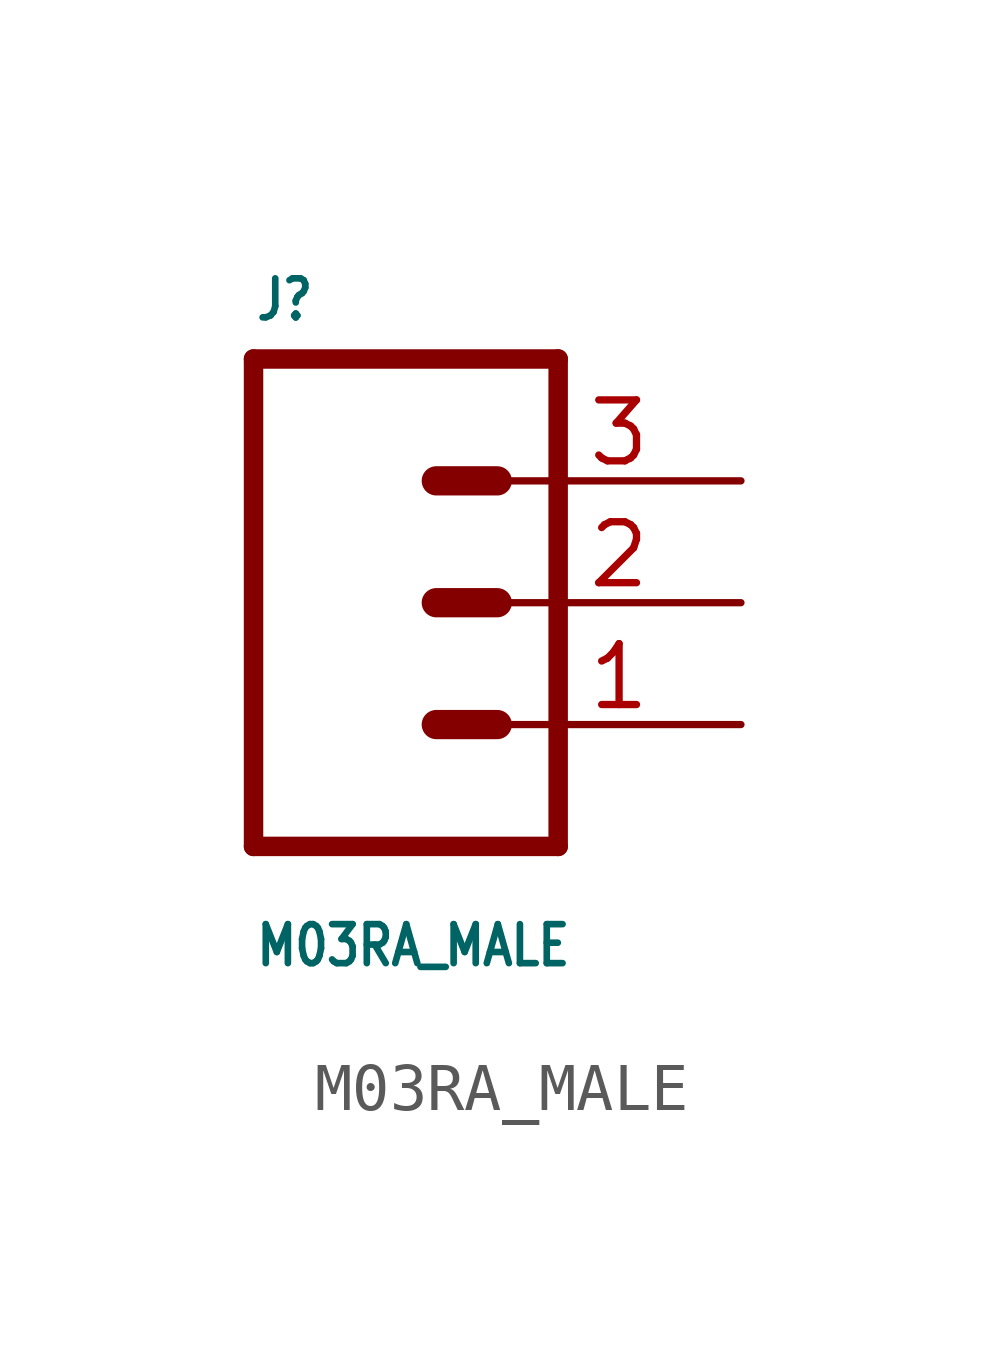
<source format=kicad_sym>
(kicad_symbol_lib
  (version 20211014)
  (generator kicad_symbol_editor)
  (symbol "M03RA_MALE"
    (property "Reference" "J"
      (at -2.54 5.842 0)
      (effects (font (size 0.813 0.691) bold) (justify left bottom)))
    (property "Value" "M03RA_MALE"
      (at -2.54 -7.62 0)
      (effects (font (size 0.813 0.691) bold) (justify left bottom)))
    (property "ki_locked" ""
      (at 0 0 0)
      (effects (font (size 1.27 1.27))))
    (symbol "M03RA_MALE_1_0"
      (polyline (pts (xy -2.54 5.08) (xy -2.54 -5.08)) (stroke (width 0.406) (type default) (color 0 0 0 0)) (fill (type none)))
      (polyline (pts (xy -2.54 5.08) (xy 3.81 5.08)) (stroke (width 0.406) (type default) (color 0 0 0 0)) (fill (type none)))
      (polyline (pts (xy 1.27 -2.54) (xy 2.54 -2.54)) (stroke (width 0.61) (type default) (color 0 0 0 0)) (fill (type none)))
      (polyline (pts (xy 1.27 0) (xy 2.54 0)) (stroke (width 0.61) (type default) (color 0 0 0 0)) (fill (type none)))
      (polyline (pts (xy 1.27 2.54) (xy 2.54 2.54)) (stroke (width 0.61) (type default) (color 0 0 0 0)) (fill (type none)))
      (polyline (pts (xy 3.81 -5.08) (xy -2.54 -5.08)) (stroke (width 0.406) (type default) (color 0 0 0 0)) (fill (type none)))
      (polyline (pts (xy 3.81 -5.08) (xy 3.81 5.08)) (stroke (width 0.406) (type default) (color 0 0 0 0)) (fill (type none)))
      (pin passive line (at 7.62 -2.54 180) (length 5.08) (name "1" (effects (font (size 0 0)))) (number "1" (effects (font (size 1.27 1.27)))))
      (pin passive line (at 7.62 0 180) (length 5.08) (name "2" (effects (font (size 0 0)))) (number "2" (effects (font (size 1.27 1.27)))))
      (pin passive line (at 7.62 2.54 180) (length 5.08) (name "3" (effects (font (size 0 0)))) (number "3" (effects (font (size 1.27 1.27))))))))
</source>
